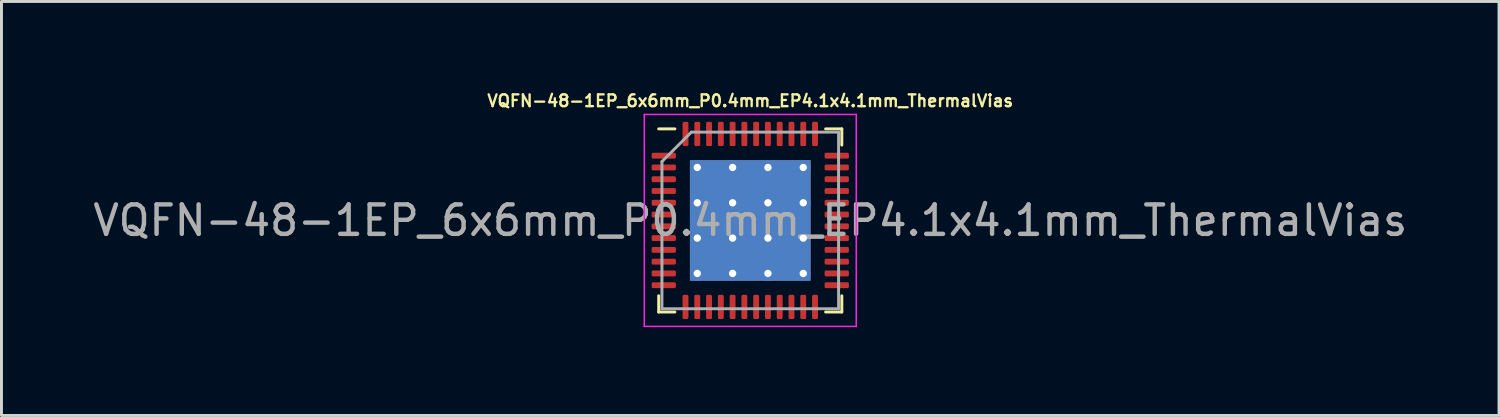
<source format=kicad_pcb>
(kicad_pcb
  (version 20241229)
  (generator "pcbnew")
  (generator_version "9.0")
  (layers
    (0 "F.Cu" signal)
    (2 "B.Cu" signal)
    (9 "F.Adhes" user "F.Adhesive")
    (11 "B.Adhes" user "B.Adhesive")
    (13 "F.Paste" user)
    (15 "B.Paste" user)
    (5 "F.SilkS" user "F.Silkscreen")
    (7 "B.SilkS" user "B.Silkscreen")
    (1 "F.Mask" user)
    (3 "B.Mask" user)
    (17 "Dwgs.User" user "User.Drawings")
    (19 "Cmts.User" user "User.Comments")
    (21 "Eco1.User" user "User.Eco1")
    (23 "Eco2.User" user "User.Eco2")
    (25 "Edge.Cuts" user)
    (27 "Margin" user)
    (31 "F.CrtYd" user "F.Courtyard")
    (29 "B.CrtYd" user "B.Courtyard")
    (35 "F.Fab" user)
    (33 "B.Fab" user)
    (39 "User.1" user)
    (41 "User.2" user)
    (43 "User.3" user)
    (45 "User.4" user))
  (footprint "VQFN-48-1EP_6x6mm_P0.4mm_EP4.1x4.1mm_ThermalVias"
    (layer "F.Cu")
    (at 22.435 4.438)
    (property "Reference" "VQFN-48-1EP_6x6mm_P0.4mm_EP4.1x4.1mm_ThermalVias" (at 0 -4.064 180) (layer "F.SilkS") (effects (font (size 0.4 0.4) (thickness 0.08))))
    (attr smd)
    (fp_line (start -3.11 3.11) (end -3.11 2.56) (stroke (width 0.1) (type solid)) (layer "F.SilkS"))
    (fp_line (start -2.56 -3.11) (end -3.11 -3.11) (stroke (width 0.1) (type solid)) (layer "F.SilkS"))
    (fp_line (start -2.56 3.11) (end -3.11 3.11) (stroke (width 0.1) (type solid)) (layer "F.SilkS"))
    (fp_line (start 2.56 -3.11) (end 3.11 -3.11) (stroke (width 0.1) (type solid)) (layer "F.SilkS"))
    (fp_line (start 2.56 3.11) (end 3.11 3.11) (stroke (width 0.1) (type solid)) (layer "F.SilkS"))
    (fp_line (start 3.11 -3.11) (end 3.11 -2.56) (stroke (width 0.1) (type solid)) (layer "F.SilkS"))
    (fp_line (start 3.11 3.11) (end 3.11 2.56) (stroke (width 0.1) (type solid)) (layer "F.SilkS"))
    (fp_line (start -3.6 -3.6) (end -3.6 3.6) (stroke (width 0.05) (type solid)) (layer "F.CrtYd"))
    (fp_line (start -3.6 3.6) (end 3.6 3.6) (stroke (width 0.05) (type solid)) (layer "F.CrtYd"))
    (fp_line (start 3.6 -3.6) (end -3.6 -3.6) (stroke (width 0.05) (type solid)) (layer "F.CrtYd"))
    (fp_line (start 3.6 3.6) (end 3.6 -3.6) (stroke (width 0.05) (type solid)) (layer "F.CrtYd"))
    (fp_line (start -3 -2) (end -2 -3) (stroke (width 0.1) (type solid)) (layer "F.Fab"))
    (fp_line (start -3 3) (end -3 -2) (stroke (width 0.1) (type solid)) (layer "F.Fab"))
    (fp_line (start -2 -3) (end 3 -3) (stroke (width 0.1) (type solid)) (layer "F.Fab"))
    (fp_line (start 3 -3) (end 3 3) (stroke (width 0.1) (type solid)) (layer "F.Fab"))
    (fp_line (start 3 3) (end -3 3) (stroke (width 0.1) (type solid)) (layer "F.Fab"))
    (fp_text user "${REFERENCE}" (at 0 0 180) (layer "F.Fab") (effects (font (size 1 1) (thickness 0.15))))
    (pad "" smd roundrect (at -1.37 -1.37) (size 1.1 1.1) (layers "F.Paste") (roundrect_rratio 0.227))
    (pad "" smd roundrect (at -1.37 0) (size 1.1 1.1) (layers "F.Paste") (roundrect_rratio 0.227))
    (pad "" smd roundrect (at -1.37 1.37) (size 1.1 1.1) (layers "F.Paste") (roundrect_rratio 0.227))
    (pad "" smd roundrect (at 0 -1.37) (size 1.1 1.1) (layers "F.Paste") (roundrect_rratio 0.227))
    (pad "" smd roundrect (at 0 0) (size 1.1 1.1) (layers "F.Paste") (roundrect_rratio 0.227))
    (pad "" smd roundrect (at 0 1.37) (size 1.1 1.1) (layers "F.Paste") (roundrect_rratio 0.227))
    (pad "" smd roundrect (at 1.37 -1.37) (size 1.1 1.1) (layers "F.Paste") (roundrect_rratio 0.227))
    (pad "" smd roundrect (at 1.37 0) (size 1.1 1.1) (layers "F.Paste") (roundrect_rratio 0.227))
    (pad "" smd roundrect (at 1.37 1.37) (size 1.1 1.1) (layers "F.Paste") (roundrect_rratio 0.227))
    (pad "1" smd roundrect (at -2.938 -2.2) (size 0.825 0.2) (layers "F.Cu" "F.Mask" "F.Paste") (roundrect_rratio 0.25))
    (pad "2" smd roundrect (at -2.938 -1.8) (size 0.825 0.2) (layers "F.Cu" "F.Mask" "F.Paste") (roundrect_rratio 0.25))
    (pad "3" smd roundrect (at -2.938 -1.4) (size 0.825 0.2) (layers "F.Cu" "F.Mask" "F.Paste") (roundrect_rratio 0.25))
    (pad "4" smd roundrect (at -2.938 -1) (size 0.825 0.2) (layers "F.Cu" "F.Mask" "F.Paste") (roundrect_rratio 0.25))
    (pad "5" smd roundrect (at -2.938 -0.6) (size 0.825 0.2) (layers "F.Cu" "F.Mask" "F.Paste") (roundrect_rratio 0.25))
    (pad "6" smd roundrect (at -2.938 -0.2) (size 0.825 0.2) (layers "F.Cu" "F.Mask" "F.Paste") (roundrect_rratio 0.25))
    (pad "7" smd roundrect (at -2.938 0.2) (size 0.825 0.2) (layers "F.Cu" "F.Mask" "F.Paste") (roundrect_rratio 0.25))
    (pad "8" smd roundrect (at -2.938 0.6) (size 0.825 0.2) (layers "F.Cu" "F.Mask" "F.Paste") (roundrect_rratio 0.25))
    (pad "9" smd roundrect (at -2.938 1) (size 0.825 0.2) (layers "F.Cu" "F.Mask" "F.Paste") (roundrect_rratio 0.25))
    (pad "10" smd roundrect (at -2.938 1.4) (size 0.825 0.2) (layers "F.Cu" "F.Mask" "F.Paste") (roundrect_rratio 0.25))
    (pad "11" smd roundrect (at -2.938 1.8) (size 0.825 0.2) (layers "F.Cu" "F.Mask" "F.Paste") (roundrect_rratio 0.25))
    (pad "12" smd roundrect (at -2.938 2.2) (size 0.825 0.2) (layers "F.Cu" "F.Mask" "F.Paste") (roundrect_rratio 0.25))
    (pad "13" smd roundrect (at -2.2 2.938) (size 0.2 0.825) (layers "F.Cu" "F.Mask" "F.Paste") (roundrect_rratio 0.25))
    (pad "14" smd roundrect (at -1.8 2.938) (size 0.2 0.825) (layers "F.Cu" "F.Mask" "F.Paste") (roundrect_rratio 0.25))
    (pad "15" smd roundrect (at -1.4 2.938) (size 0.2 0.825) (layers "F.Cu" "F.Mask" "F.Paste") (roundrect_rratio 0.25))
    (pad "16" smd roundrect (at -1 2.938) (size 0.2 0.825) (layers "F.Cu" "F.Mask" "F.Paste") (roundrect_rratio 0.25))
    (pad "17" smd roundrect (at -0.6 2.938) (size 0.2 0.825) (layers "F.Cu" "F.Mask" "F.Paste") (roundrect_rratio 0.25))
    (pad "18" smd roundrect (at -0.2 2.938) (size 0.2 0.825) (layers "F.Cu" "F.Mask" "F.Paste") (roundrect_rratio 0.25))
    (pad "19" smd roundrect (at 0.2 2.938) (size 0.2 0.825) (layers "F.Cu" "F.Mask" "F.Paste") (roundrect_rratio 0.25))
    (pad "20" smd roundrect (at 0.6 2.938) (size 0.2 0.825) (layers "F.Cu" "F.Mask" "F.Paste") (roundrect_rratio 0.25))
    (pad "21" smd roundrect (at 1 2.938) (size 0.2 0.825) (layers "F.Cu" "F.Mask" "F.Paste") (roundrect_rratio 0.25))
    (pad "22" smd roundrect (at 1.4 2.938) (size 0.2 0.825) (layers "F.Cu" "F.Mask" "F.Paste") (roundrect_rratio 0.25))
    (pad "23" smd roundrect (at 1.8 2.938) (size 0.2 0.825) (layers "F.Cu" "F.Mask" "F.Paste") (roundrect_rratio 0.25))
    (pad "24" smd roundrect (at 2.2 2.938) (size 0.2 0.825) (layers "F.Cu" "F.Mask" "F.Paste") (roundrect_rratio 0.25))
    (pad "25" smd roundrect (at 2.938 2.2) (size 0.825 0.2) (layers "F.Cu" "F.Mask" "F.Paste") (roundrect_rratio 0.25))
    (pad "26" smd roundrect (at 2.938 1.8) (size 0.825 0.2) (layers "F.Cu" "F.Mask" "F.Paste") (roundrect_rratio 0.25))
    (pad "27" smd roundrect (at 2.938 1.4) (size 0.825 0.2) (layers "F.Cu" "F.Mask" "F.Paste") (roundrect_rratio 0.25))
    (pad "28" smd roundrect (at 2.938 1) (size 0.825 0.2) (layers "F.Cu" "F.Mask" "F.Paste") (roundrect_rratio 0.25))
    (pad "29" smd roundrect (at 2.938 0.6) (size 0.825 0.2) (layers "F.Cu" "F.Mask" "F.Paste") (roundrect_rratio 0.25))
    (pad "30" smd roundrect (at 2.938 0.2) (size 0.825 0.2) (layers "F.Cu" "F.Mask" "F.Paste") (roundrect_rratio 0.25))
    (pad "31" smd roundrect (at 2.938 -0.2) (size 0.825 0.2) (layers "F.Cu" "F.Mask" "F.Paste") (roundrect_rratio 0.25))
    (pad "32" smd roundrect (at 2.938 -0.6) (size 0.825 0.2) (layers "F.Cu" "F.Mask" "F.Paste") (roundrect_rratio 0.25))
    (pad "33" smd roundrect (at 2.938 -1) (size 0.825 0.2) (layers "F.Cu" "F.Mask" "F.Paste") (roundrect_rratio 0.25))
    (pad "34" smd roundrect (at 2.938 -1.4) (size 0.825 0.2) (layers "F.Cu" "F.Mask" "F.Paste") (roundrect_rratio 0.25))
    (pad "35" smd roundrect (at 2.938 -1.8) (size 0.825 0.2) (layers "F.Cu" "F.Mask" "F.Paste") (roundrect_rratio 0.25))
    (pad "36" smd roundrect (at 2.938 -2.2) (size 0.825 0.2) (layers "F.Cu" "F.Mask" "F.Paste") (roundrect_rratio 0.25))
    (pad "37" smd roundrect (at 2.2 -2.938) (size 0.2 0.825) (layers "F.Cu" "F.Mask" "F.Paste") (roundrect_rratio 0.25))
    (pad "38" smd roundrect (at 1.8 -2.938) (size 0.2 0.825) (layers "F.Cu" "F.Mask" "F.Paste") (roundrect_rratio 0.25))
    (pad "39" smd roundrect (at 1.4 -2.938) (size 0.2 0.825) (layers "F.Cu" "F.Mask" "F.Paste") (roundrect_rratio 0.25))
    (pad "40" smd roundrect (at 1 -2.938) (size 0.2 0.825) (layers "F.Cu" "F.Mask" "F.Paste") (roundrect_rratio 0.25))
    (pad "41" smd roundrect (at 0.6 -2.938) (size 0.2 0.825) (layers "F.Cu" "F.Mask" "F.Paste") (roundrect_rratio 0.25))
    (pad "42" smd roundrect (at 0.2 -2.938) (size 0.2 0.825) (layers "F.Cu" "F.Mask" "F.Paste") (roundrect_rratio 0.25))
    (pad "43" smd roundrect (at -0.2 -2.938) (size 0.2 0.825) (layers "F.Cu" "F.Mask" "F.Paste") (roundrect_rratio 0.25))
    (pad "44" smd roundrect (at -0.6 -2.938) (size 0.2 0.825) (layers "F.Cu" "F.Mask" "F.Paste") (roundrect_rratio 0.25))
    (pad "45" smd roundrect (at -1 -2.938) (size 0.2 0.825) (layers "F.Cu" "F.Mask" "F.Paste") (roundrect_rratio 0.25))
    (pad "46" smd roundrect (at -1.4 -2.938) (size 0.2 0.825) (layers "F.Cu" "F.Mask" "F.Paste") (roundrect_rratio 0.25))
    (pad "47" smd roundrect (at -1.8 -2.938) (size 0.2 0.825) (layers "F.Cu" "F.Mask" "F.Paste") (roundrect_rratio 0.25))
    (pad "48" smd roundrect (at -2.2 -2.938) (size 0.2 0.825) (layers "F.Cu" "F.Mask" "F.Paste") (roundrect_rratio 0.25))
    (pad "49" thru_hole circle (at -1.8 -1.8) (size 0.5 0.5) (drill 0.25) (layers "*.Cu"))
    (pad "49" thru_hole circle (at -1.8 -0.6) (size 0.5 0.5) (drill 0.25) (layers "*.Cu"))
    (pad "49" thru_hole circle (at -1.8 0.6) (size 0.5 0.5) (drill 0.25) (layers "*.Cu"))
    (pad "49" thru_hole circle (at -1.8 1.8) (size 0.5 0.5) (drill 0.25) (layers "*.Cu"))
    (pad "49" thru_hole circle (at -0.6 -1.8) (size 0.5 0.5) (drill 0.25) (layers "*.Cu"))
    (pad "49" thru_hole circle (at -0.6 -0.6) (size 0.5 0.5) (drill 0.25) (layers "*.Cu"))
    (pad "49" thru_hole circle (at -0.6 0.6) (size 0.5 0.5) (drill 0.25) (layers "*.Cu"))
    (pad "49" thru_hole circle (at -0.6 1.8) (size 0.5 0.5) (drill 0.25) (layers "*.Cu"))
    (pad "49" smd rect (at 0 0) (size 4.1 4.1) (layers "F.Cu" "F.Mask"))
    (pad "49" smd rect (at 0 0) (size 4.1 4.1) (layers "B.Cu"))
    (pad "49" thru_hole circle (at 0.6 -1.8) (size 0.5 0.5) (drill 0.25) (layers "*.Cu"))
    (pad "49" thru_hole circle (at 0.6 -0.6) (size 0.5 0.5) (drill 0.25) (layers "*.Cu"))
    (pad "49" thru_hole circle (at 0.6 0.6) (size 0.5 0.5) (drill 0.25) (layers "*.Cu"))
    (pad "49" thru_hole circle (at 0.6 1.8) (size 0.5 0.5) (drill 0.25) (layers "*.Cu"))
    (pad "49" thru_hole circle (at 1.8 -1.8) (size 0.5 0.5) (drill 0.25) (layers "*.Cu"))
    (pad "49" thru_hole circle (at 1.8 -0.6) (size 0.5 0.5) (drill 0.25) (layers "*.Cu"))
    (pad "49" thru_hole circle (at 1.8 0.6) (size 0.5 0.5) (drill 0.25) (layers "*.Cu"))
    (pad "49" thru_hole circle (at 1.8 1.8) (size 0.5 0.5) (drill 0.25) (layers "*.Cu")))
  (gr_rect
    (start -3 -3)
    (end 47.869 11.063)
    (stroke (width 0.1) (type default))
    (fill no)
    (layer "Edge.Cuts")))
</source>
